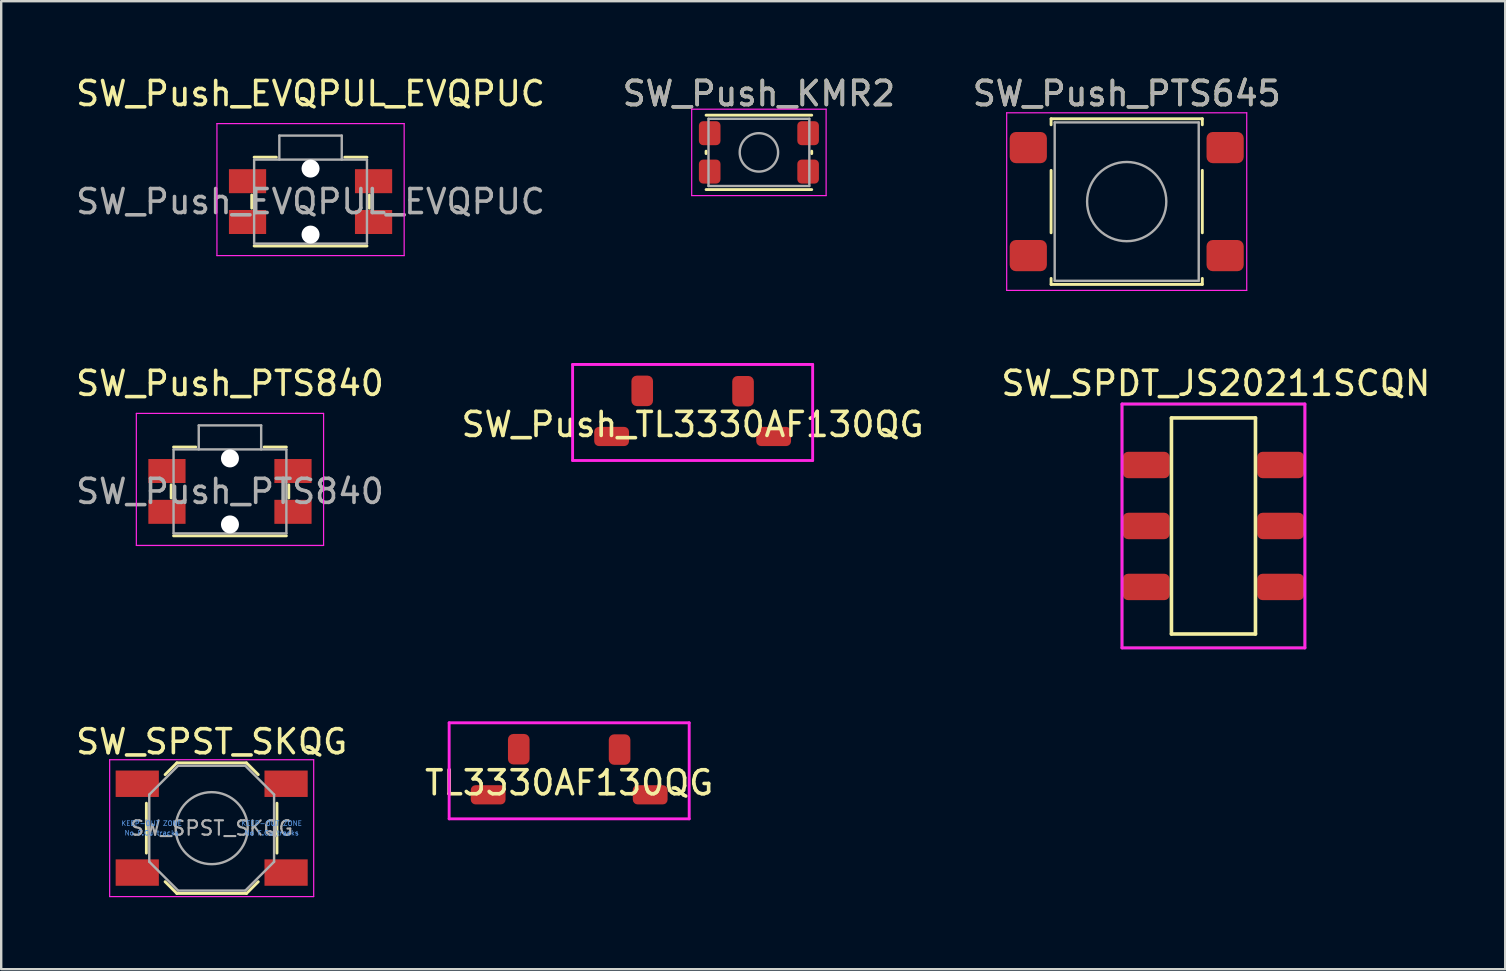
<source format=kicad_pcb>
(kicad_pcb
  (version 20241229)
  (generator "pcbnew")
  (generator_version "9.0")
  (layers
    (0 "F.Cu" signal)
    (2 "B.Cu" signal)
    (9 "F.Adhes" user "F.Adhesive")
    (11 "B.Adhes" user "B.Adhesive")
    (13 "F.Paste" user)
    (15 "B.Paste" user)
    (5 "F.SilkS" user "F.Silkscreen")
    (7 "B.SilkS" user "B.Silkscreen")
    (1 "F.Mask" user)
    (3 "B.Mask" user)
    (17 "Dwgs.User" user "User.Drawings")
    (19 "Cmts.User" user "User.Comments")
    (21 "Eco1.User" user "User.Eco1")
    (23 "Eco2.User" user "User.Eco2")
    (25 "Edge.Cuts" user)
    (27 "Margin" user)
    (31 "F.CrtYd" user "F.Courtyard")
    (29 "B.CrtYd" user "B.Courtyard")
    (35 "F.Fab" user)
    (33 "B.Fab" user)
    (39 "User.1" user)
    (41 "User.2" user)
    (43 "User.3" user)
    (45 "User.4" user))
  (footprint "SW_Push_KMR2"
    (layer "F.Cu")
    (at 28.565 3.298)
    (property "Reference" "SW_Push_KMR2" (at 0 -2.45 0) (layer "F.SilkS") (effects (font (size 1 1) (thickness 0.15))))
    (attr smd)
    (fp_line (start -2.2 0.05) (end -2.2 -0.05) (stroke (width 0.12) (type solid)) (layer "F.SilkS"))
    (fp_line (start -2.2 1.55) (end 2.2 1.55) (stroke (width 0.12) (type solid)) (layer "F.SilkS"))
    (fp_line (start 2.2 -1.55) (end -2.2 -1.55) (stroke (width 0.12) (type solid)) (layer "F.SilkS"))
    (fp_line (start 2.2 0.05) (end 2.2 -0.05) (stroke (width 0.12) (type solid)) (layer "F.SilkS"))
    (fp_line (start -2.8 -1.8) (end 2.8 -1.8) (stroke (width 0.05) (type solid)) (layer "F.CrtYd"))
    (fp_line (start -2.8 1.8) (end -2.8 -1.8) (stroke (width 0.05) (type solid)) (layer "F.CrtYd"))
    (fp_line (start 2.8 -1.8) (end 2.8 1.8) (stroke (width 0.05) (type solid)) (layer "F.CrtYd"))
    (fp_line (start 2.8 1.8) (end -2.8 1.8) (stroke (width 0.05) (type solid)) (layer "F.CrtYd"))
    (fp_line (start -2.1 -1.4) (end 2.1 -1.4) (stroke (width 0.1) (type solid)) (layer "F.Fab"))
    (fp_line (start -2.1 1.4) (end -2.1 -1.4) (stroke (width 0.1) (type solid)) (layer "F.Fab"))
    (fp_line (start 2.1 -1.4) (end 2.1 1.4) (stroke (width 0.1) (type solid)) (layer "F.Fab"))
    (fp_line (start 2.1 1.4) (end -2.1 1.4) (stroke (width 0.1) (type solid)) (layer "F.Fab"))
    (fp_circle (center 0 0) (end 0 0.8) (stroke (width 0.1) (type solid)) (fill no) (layer "F.Fab"))
    (fp_text user "${REFERENCE}" (at 0 -2.45 0) (layer "F.Fab") (effects (font (size 1 1) (thickness 0.15))))
    (pad "1" smd roundrect (at -2.05 -0.8) (size 0.9 1) (layers "F.Cu" "F.Mask" "F.Paste") (roundrect_rratio 0.2))
    (pad "1" smd roundrect (at 2.05 -0.8) (size 0.9 1) (layers "F.Cu" "F.Mask" "F.Paste") (roundrect_rratio 0.2))
    (pad "2" smd roundrect (at -2.05 0.8) (size 0.9 1) (layers "F.Cu" "F.Mask" "F.Paste") (roundrect_rratio 0.2))
    (pad "2" smd roundrect (at 2.05 0.8) (size 0.9 1) (layers "F.Cu" "F.Mask" "F.Paste") (roundrect_rratio 0.2)))
  (footprint "SW_Push_TL3330AF130QG"
    (layer "F.Cu")
    (at 25.804 14.133)
    (property "Reference" "SW_Push_TL3330AF130QG" (at 0 0.5 0) (layer "F.SilkS") (effects (font (size 1 1) (thickness 0.15))))
    (attr through_hole)
    (fp_line (start -5 -2) (end -5 2) (stroke (width 0.12) (type solid)) (layer "F.CrtYd"))
    (fp_line (start -5 2) (end 5 2) (stroke (width 0.12) (type solid)) (layer "F.CrtYd"))
    (fp_line (start 5 -2) (end -5 -2) (stroke (width 0.12) (type solid)) (layer "F.CrtYd"))
    (fp_line (start 5 2) (end 5 -2) (stroke (width 0.12) (type solid)) (layer "F.CrtYd"))
    (pad "1" smd roundrect (at 2.1 -0.885) (size 0.9 1.27) (layers "F.Cu" "F.Mask" "F.Paste") (roundrect_rratio 0.25))
    (pad "1" smd roundrect (at 3.375 1) (size 1.45 0.8) (layers "F.Cu" "F.Mask" "F.Paste") (roundrect_rratio 0.25))
    (pad "2" smd roundrect (at -3.375 1) (size 1.45 0.8) (layers "F.Cu" "F.Mask" "F.Paste") (roundrect_rratio 0.25))
    (pad "2" smd roundrect (at -2.1 -0.9) (size 0.9 1.27) (layers "F.Cu" "F.Mask" "F.Paste") (roundrect_rratio 0.25)))
  (footprint "SW_Push_PTS645"
    (layer "F.Cu")
    (at 43.887 5.348)
    (property "Reference" "SW_Push_PTS645" (at 0 -4.5 0) (layer "F.SilkS") (effects (font (size 1 1) (thickness 0.15))))
    (attr smd)
    (fp_line (start -3.15 -3.45) (end 3.15 -3.45) (stroke (width 0.12) (type solid)) (layer "F.SilkS"))
    (fp_line (start -3.15 -3.2) (end -3.15 -3.45) (stroke (width 0.12) (type solid)) (layer "F.SilkS"))
    (fp_line (start -3.15 1.3) (end -3.15 -1.3) (stroke (width 0.12) (type solid)) (layer "F.SilkS"))
    (fp_line (start -3.15 3.45) (end -3.15 3.2) (stroke (width 0.12) (type solid)) (layer "F.SilkS"))
    (fp_line (start 3.15 -3.45) (end 3.15 -3.2) (stroke (width 0.12) (type solid)) (layer "F.SilkS"))
    (fp_line (start 3.15 -1.3) (end 3.15 1.3) (stroke (width 0.12) (type solid)) (layer "F.SilkS"))
    (fp_line (start 3.15 3.2) (end 3.15 3.45) (stroke (width 0.12) (type solid)) (layer "F.SilkS"))
    (fp_line (start 3.15 3.45) (end -3.15 3.45) (stroke (width 0.12) (type solid)) (layer "F.SilkS"))
    (fp_line (start -5 -3.7) (end -5 3.7) (stroke (width 0.05) (type solid)) (layer "F.CrtYd"))
    (fp_line (start -5 3.7) (end 5 3.7) (stroke (width 0.05) (type solid)) (layer "F.CrtYd"))
    (fp_line (start 5 -3.7) (end -5 -3.7) (stroke (width 0.05) (type solid)) (layer "F.CrtYd"))
    (fp_line (start 5 3.7) (end 5 -3.7) (stroke (width 0.05) (type solid)) (layer "F.CrtYd"))
    (fp_line (start -3 -3.3) (end 3 -3.3) (stroke (width 0.1) (type solid)) (layer "F.Fab"))
    (fp_line (start -3 3.3) (end -3 -3.3) (stroke (width 0.1) (type solid)) (layer "F.Fab"))
    (fp_line (start 3 -3.3) (end 3 3.3) (stroke (width 0.1) (type solid)) (layer "F.Fab"))
    (fp_line (start 3 3.3) (end -3 3.3) (stroke (width 0.1) (type solid)) (layer "F.Fab"))
    (fp_circle (center 0 0) (end 1.65 0) (stroke (width 0.1) (type solid)) (fill no) (layer "F.Fab"))
    (fp_text user "${REFERENCE}" (at 0 -4.5 0) (layer "F.Fab") (effects (font (size 1 1) (thickness 0.15))))
    (pad "1" smd roundrect (at -4.1 -2.25) (size 1.55 1.3) (layers "F.Cu" "F.Mask" "F.Paste") (roundrect_rratio 0.2))
    (pad "1" smd roundrect (at 4.1 -2.25) (size 1.55 1.3) (layers "F.Cu" "F.Mask" "F.Paste") (roundrect_rratio 0.2))
    (pad "2" smd roundrect (at -4.1 2.25) (size 1.55 1.3) (layers "F.Cu" "F.Mask" "F.Paste") (roundrect_rratio 0.2))
    (pad "2" smd roundrect (at 4.1 2.25) (size 1.55 1.3) (layers "F.Cu" "F.Mask" "F.Paste") (roundrect_rratio 0.2)))
  (footprint "SW_Push_EVQPUL_EVQPUC"
    (layer "F.Cu")
    (at 9.887 5.348)
    (property "Reference" "SW_Push_EVQPUL_EVQPUC" (at 0 -4.5 0) (layer "F.SilkS") (effects (font (size 1 1) (thickness 0.15))))
    (attr smd)
    (fp_line (start -2.45 0.275) (end -2.45 -0.275) (stroke (width 0.12) (type solid)) (layer "F.SilkS"))
    (fp_line (start -1.425 -1.85) (end -2.35 -1.85) (stroke (width 0.12) (type solid)) (layer "F.SilkS"))
    (fp_line (start 2.35 -1.85) (end 1.425 -1.85) (stroke (width 0.12) (type solid)) (layer "F.SilkS"))
    (fp_line (start 2.35 1.85) (end -2.35 1.85) (stroke (width 0.12) (type solid)) (layer "F.SilkS"))
    (fp_line (start 2.45 0.275) (end 2.45 -0.275) (stroke (width 0.12) (type solid)) (layer "F.SilkS"))
    (fp_line (start -3.9 2.25) (end -3.9 -3.25) (stroke (width 0.05) (type solid)) (layer "F.CrtYd"))
    (fp_line (start 3.9 -3.25) (end -3.9 -3.25) (stroke (width 0.05) (type solid)) (layer "F.CrtYd"))
    (fp_line (start 3.9 2.25) (end -3.9 2.25) (stroke (width 0.05) (type solid)) (layer "F.CrtYd"))
    (fp_line (start 3.9 2.25) (end 3.9 -3.25) (stroke (width 0.05) (type solid)) (layer "F.CrtYd"))
    (fp_line (start -2.35 1.75) (end -2.35 -1.75) (stroke (width 0.1) (type solid)) (layer "F.Fab"))
    (fp_line (start -1.3 -2.75) (end -1.3 -1.75) (stroke (width 0.1) (type solid)) (layer "F.Fab"))
    (fp_line (start 1.3 -2.75) (end -1.3 -2.75) (stroke (width 0.1) (type solid)) (layer "F.Fab"))
    (fp_line (start 1.3 -2.75) (end 1.3 -1.75) (stroke (width 0.1) (type solid)) (layer "F.Fab"))
    (fp_line (start 2.35 -1.75) (end -2.35 -1.75) (stroke (width 0.1) (type solid)) (layer "F.Fab"))
    (fp_line (start 2.35 1.75) (end -2.35 1.75) (stroke (width 0.1) (type solid)) (layer "F.Fab"))
    (fp_line (start 2.35 1.75) (end 2.35 -1.75) (stroke (width 0.1) (type solid)) (layer "F.Fab"))
    (fp_text user "${REFERENCE}" (at 0 0 0) (layer "F.Fab") (effects (font (size 1 1) (thickness 0.15))))
    (pad "" np_thru_hole circle (at 0 -1.375 180) (size 0.75 0.75) (drill 0.75) (layers "*.Cu" "*.Mask"))
    (pad "" np_thru_hole circle (at 0 1.375 180) (size 0.75 0.75) (drill 0.75) (layers "*.Cu" "*.Mask"))
    (pad "1" smd rect (at -2.625 -0.85 180) (size 1.55 1) (layers "F.Cu" "F.Mask" "F.Paste"))
    (pad "1" smd rect (at 2.625 -0.85 180) (size 1.55 1) (layers "F.Cu" "F.Mask" "F.Paste"))
    (pad "2" smd rect (at -2.625 0.85 180) (size 1.55 1) (layers "F.Cu" "F.Mask" "F.Paste"))
    (pad "2" smd rect (at 2.625 0.85 180) (size 1.55 1) (layers "F.Cu" "F.Mask" "F.Paste")))
  (footprint "TL3330AF130QG"
    (layer "F.Cu")
    (at 20.661 29.061)
    (property "Reference" "TL3330AF130QG" (at 0 0.5 0) (layer "F.SilkS") (effects (font (size 1 1) (thickness 0.15))))
    (attr through_hole)
    (fp_line (start -5 -2) (end -5 2) (stroke (width 0.12) (type solid)) (layer "F.CrtYd"))
    (fp_line (start -5 2) (end 5 2) (stroke (width 0.12) (type solid)) (layer "F.CrtYd"))
    (fp_line (start 5 -2) (end -5 -2) (stroke (width 0.12) (type solid)) (layer "F.CrtYd"))
    (fp_line (start 5 2) (end 5 -2) (stroke (width 0.12) (type solid)) (layer "F.CrtYd"))
    (pad "1" smd roundrect (at 2.1 -0.885) (size 0.9 1.27) (layers "F.Cu" "F.Mask" "F.Paste") (roundrect_rratio 0.25))
    (pad "1" smd roundrect (at 3.375 1) (size 1.45 0.8) (layers "F.Cu" "F.Mask" "F.Paste") (roundrect_rratio 0.25))
    (pad "2" smd roundrect (at -3.375 1) (size 1.45 0.8) (layers "F.Cu" "F.Mask" "F.Paste") (roundrect_rratio 0.25))
    (pad "2" smd roundrect (at -2.1 -0.9) (size 0.9 1.27) (layers "F.Cu" "F.Mask" "F.Paste") (roundrect_rratio 0.25)))
  (footprint "SW_SPST_SKQG"
    (layer "F.Cu")
    (at 5.768 31.45)
    (property "Reference" "SW_SPST_SKQG" (at 0 -3.6 0) (layer "F.SilkS") (effects (font (size 1 1) (thickness 0.15))))
    (attr smd)
    (fp_line (start -2.72 1.04) (end -2.72 -1.04) (stroke (width 0.12) (type solid)) (layer "F.SilkS"))
    (fp_line (start -1.45 -2.72) (end -1.94 -2.23) (stroke (width 0.12) (type solid)) (layer "F.SilkS"))
    (fp_line (start -1.45 -2.72) (end 1.45 -2.72) (stroke (width 0.12) (type solid)) (layer "F.SilkS"))
    (fp_line (start -1.45 2.72) (end -1.94 2.23) (stroke (width 0.12) (type solid)) (layer "F.SilkS"))
    (fp_line (start -1.45 2.72) (end 1.45 2.72) (stroke (width 0.12) (type solid)) (layer "F.SilkS"))
    (fp_line (start 1.45 -2.72) (end 1.94 -2.23) (stroke (width 0.12) (type solid)) (layer "F.SilkS"))
    (fp_line (start 1.45 2.72) (end 1.94 2.23) (stroke (width 0.12) (type solid)) (layer "F.SilkS"))
    (fp_line (start 2.72 1.04) (end 2.72 -1.04) (stroke (width 0.12) (type solid)) (layer "F.SilkS"))
    (fp_line (start -4.25 -2.85) (end -4.25 2.85) (stroke (width 0.05) (type solid)) (layer "F.CrtYd"))
    (fp_line (start -4.25 2.85) (end 4.25 2.85) (stroke (width 0.05) (type solid)) (layer "F.CrtYd"))
    (fp_line (start 4.25 -2.85) (end -4.25 -2.85) (stroke (width 0.05) (type solid)) (layer "F.CrtYd"))
    (fp_line (start 4.25 2.85) (end 4.25 -2.85) (stroke (width 0.05) (type solid)) (layer "F.CrtYd"))
    (fp_line (start -2.6 -1.4) (end -1.4 -2.6) (stroke (width 0.1) (type solid)) (layer "F.Fab"))
    (fp_line (start -2.6 1.4) (end -2.6 -1.4) (stroke (width 0.1) (type solid)) (layer "F.Fab"))
    (fp_line (start -1.4 -2.6) (end 1.4 -2.6) (stroke (width 0.1) (type solid)) (layer "F.Fab"))
    (fp_line (start -1.4 2.6) (end -2.6 1.4) (stroke (width 0.1) (type solid)) (layer "F.Fab"))
    (fp_line (start 1.4 -2.6) (end 2.6 -1.4) (stroke (width 0.1) (type solid)) (layer "F.Fab"))
    (fp_line (start 1.4 2.6) (end -1.4 2.6) (stroke (width 0.1) (type solid)) (layer "F.Fab"))
    (fp_line (start 2.6 -1.4) (end 2.6 1.4) (stroke (width 0.1) (type solid)) (layer "F.Fab"))
    (fp_line (start 2.6 1.4) (end 1.4 2.6) (stroke (width 0.1) (type solid)) (layer "F.Fab"))
    (fp_circle (center 0 0) (end 1.5 0) (stroke (width 0.1) (type solid)) (fill no) (layer "F.Fab"))
    (fp_text user "KEEP-OUT ZONE" (at -2.5 -0.2 0) (layer "Cmts.User") (effects (font (size 0.2 0.2) (thickness 0.03))))
    (fp_text user "No F.Cu tracks" (at 2.5 0.2 0) (layer "Cmts.User") (effects (font (size 0.2 0.2) (thickness 0.03))))
    (fp_text user "KEEP-OUT ZONE" (at 2.5 -0.2 0) (layer "Cmts.User") (effects (font (size 0.2 0.2) (thickness 0.03))))
    (fp_text user "No F.Cu tracks" (at -2.5 0.2 0) (layer "Cmts.User") (effects (font (size 0.2 0.2) (thickness 0.03))))
    (fp_text user "${REFERENCE}" (at 0 0 0) (layer "F.Fab") (effects (font (size 0.6 0.6) (thickness 0.09))))
    (pad "1" smd rect (at -3.1 -1.85) (size 1.8 1.1) (layers "F.Cu" "F.Mask" "F.Paste"))
    (pad "1" smd rect (at 3.1 -1.85) (size 1.8 1.1) (layers "F.Cu" "F.Mask" "F.Paste"))
    (pad "2" smd rect (at -3.1 1.85) (size 1.8 1.1) (layers "F.Cu" "F.Mask" "F.Paste"))
    (pad "2" smd rect (at 3.1 1.85) (size 1.8 1.1) (layers "F.Cu" "F.Mask" "F.Paste"))
    (zone (net_name "") (layer "F.Cu") (hatch full 0.508) (connect_pads) (min_thickness 0.254) (filled_areas_thickness no) (keepout (tracks not_allowed) (vias not_allowed) (pads not_allowed) (copperpour not_allowed) (footprints not_allowed)) (placement (enabled no)) (fill) (polygon (pts (xy 1.768 30.15) (xy 4.768 30.15) (xy 4.768 32.75) (xy 1.768 32.75))))
    (zone (net_name "") (layer "F.Cu") (hatch full 0.508) (connect_pads) (min_thickness 0.254) (filled_areas_thickness no) (keepout (tracks not_allowed) (vias not_allowed) (pads not_allowed) (copperpour not_allowed) (footprints not_allowed)) (placement (enabled no)) (fill) (polygon (pts (xy 6.768 30.15) (xy 9.768 30.15) (xy 9.768 32.75) (xy 6.768 32.75)))))
  (footprint "SW_Push_PTS840"
    (layer "F.Cu")
    (at 6.53 17.422)
    (property "Reference" "SW_Push_PTS840" (at 0 -4.5 0) (layer "F.SilkS") (effects (font (size 1 1) (thickness 0.15))))
    (attr smd)
    (fp_line (start -2.45 0.275) (end -2.45 -0.275) (stroke (width 0.12) (type solid)) (layer "F.SilkS"))
    (fp_line (start -1.425 -1.85) (end -2.35 -1.85) (stroke (width 0.12) (type solid)) (layer "F.SilkS"))
    (fp_line (start 2.35 -1.85) (end 1.425 -1.85) (stroke (width 0.12) (type solid)) (layer "F.SilkS"))
    (fp_line (start 2.35 1.85) (end -2.35 1.85) (stroke (width 0.12) (type solid)) (layer "F.SilkS"))
    (fp_line (start 2.45 0.275) (end 2.45 -0.275) (stroke (width 0.12) (type solid)) (layer "F.SilkS"))
    (fp_line (start -3.9 2.25) (end -3.9 -3.25) (stroke (width 0.05) (type solid)) (layer "F.CrtYd"))
    (fp_line (start 3.9 -3.25) (end -3.9 -3.25) (stroke (width 0.05) (type solid)) (layer "F.CrtYd"))
    (fp_line (start 3.9 2.25) (end -3.9 2.25) (stroke (width 0.05) (type solid)) (layer "F.CrtYd"))
    (fp_line (start 3.9 2.25) (end 3.9 -3.25) (stroke (width 0.05) (type solid)) (layer "F.CrtYd"))
    (fp_line (start -2.35 1.75) (end -2.35 -1.75) (stroke (width 0.1) (type solid)) (layer "F.Fab"))
    (fp_line (start -1.3 -2.75) (end -1.3 -1.75) (stroke (width 0.1) (type solid)) (layer "F.Fab"))
    (fp_line (start 1.3 -2.75) (end -1.3 -2.75) (stroke (width 0.1) (type solid)) (layer "F.Fab"))
    (fp_line (start 1.3 -2.75) (end 1.3 -1.75) (stroke (width 0.1) (type solid)) (layer "F.Fab"))
    (fp_line (start 2.35 -1.75) (end -2.35 -1.75) (stroke (width 0.1) (type solid)) (layer "F.Fab"))
    (fp_line (start 2.35 1.75) (end -2.35 1.75) (stroke (width 0.1) (type solid)) (layer "F.Fab"))
    (fp_line (start 2.35 1.75) (end 2.35 -1.75) (stroke (width 0.1) (type solid)) (layer "F.Fab"))
    (fp_text user "${REFERENCE}" (at 0 0 0) (layer "F.Fab") (effects (font (size 1 1) (thickness 0.15))))
    (pad "" np_thru_hole circle (at 0 -1.375 180) (size 0.75 0.75) (drill 0.75) (layers "*.Cu" "*.Mask"))
    (pad "" np_thru_hole circle (at 0 1.375 180) (size 0.75 0.75) (drill 0.75) (layers "*.Cu" "*.Mask"))
    (pad "1" smd rect (at -2.625 -0.85 180) (size 1.55 1) (layers "F.Cu" "F.Mask" "F.Paste"))
    (pad "1" smd rect (at 2.625 -0.85 180) (size 1.55 1) (layers "F.Cu" "F.Mask" "F.Paste"))
    (pad "2" smd rect (at -2.625 0.85 180) (size 1.55 1) (layers "F.Cu" "F.Mask" "F.Paste"))
    (pad "2" smd rect (at 2.625 0.85 180) (size 1.55 1) (layers "F.Cu" "F.Mask" "F.Paste")))
  (footprint "SW_SPDT_JS20211SCQN"
    (layer "F.Cu")
    (at 47.501 18.861)
    (property "Reference" "SW_SPDT_JS20211SCQN" (at 0.1 -5.94 180) (layer "F.SilkS") (effects (font (size 1 1) (thickness 0.15))))
    (fp_line (start -1.75 -4.5) (end -1.75 4.5) (stroke (width 0.15) (type solid)) (layer "F.SilkS"))
    (fp_line (start -1.75 4.5) (end 1.75 4.5) (stroke (width 0.15) (type solid)) (layer "F.SilkS"))
    (fp_line (start 1.75 -4.5) (end -1.75 -4.5) (stroke (width 0.15) (type solid)) (layer "F.SilkS"))
    (fp_line (start 1.75 4.5) (end 1.75 -4.5) (stroke (width 0.15) (type solid)) (layer "F.SilkS"))
    (fp_line (start -3.81 -5.08) (end -3.81 5.08) (stroke (width 0.12) (type solid)) (layer "F.CrtYd"))
    (fp_line (start -3.81 5.08) (end 3.81 5.08) (stroke (width 0.12) (type solid)) (layer "F.CrtYd"))
    (fp_line (start 3.81 -5.08) (end -3.81 -5.08) (stroke (width 0.12) (type solid)) (layer "F.CrtYd"))
    (fp_line (start 3.81 5.08) (end 3.81 -5.08) (stroke (width 0.12) (type solid)) (layer "F.CrtYd"))
    (fp_line (start -3.81 -5.08) (end -3.81 5.08) (stroke (width 0.1) (type solid)) (layer "F.Fab"))
    (fp_line (start -3.81 5.08) (end 3.81 5.08) (stroke (width 0.1) (type solid)) (layer "F.Fab"))
    (fp_line (start 3.81 -5.08) (end -3.81 -5.08) (stroke (width 0.1) (type solid)) (layer "F.Fab"))
    (fp_line (start 3.81 5.08) (end 3.81 -5.08) (stroke (width 0.1) (type solid)) (layer "F.Fab"))
    (pad "1" smd roundrect (at -2.8 -2.54) (size 1.95 1.1) (layers "F.Cu" "F.Mask" "F.Paste") (roundrect_rratio 0.2))
    (pad "1" smd roundrect (at 2.8 -2.54) (size 1.95 1.1) (layers "F.Cu" "F.Mask" "F.Paste") (roundrect_rratio 0.2))
    (pad "2" smd roundrect (at -2.8 0) (size 1.95 1.1) (layers "F.Cu" "F.Mask" "F.Paste") (roundrect_rratio 0.2))
    (pad "2" smd roundrect (at 2.8 0) (size 1.95 1.1) (layers "F.Cu" "F.Mask" "F.Paste") (roundrect_rratio 0.2))
    (pad "3" smd roundrect (at -2.8 2.54) (size 1.95 1.1) (layers "F.Cu" "F.Mask" "F.Paste") (roundrect_rratio 0.2))
    (pad "3" smd roundrect (at 2.8 2.54) (size 1.95 1.1) (layers "F.Cu" "F.Mask" "F.Paste") (roundrect_rratio 0.2)))
  (gr_rect
    (start -3 -3)
    (end 59.655 37.325)
    (stroke (width 0.1) (type default))
    (fill no)
    (layer "Edge.Cuts")))
</source>
